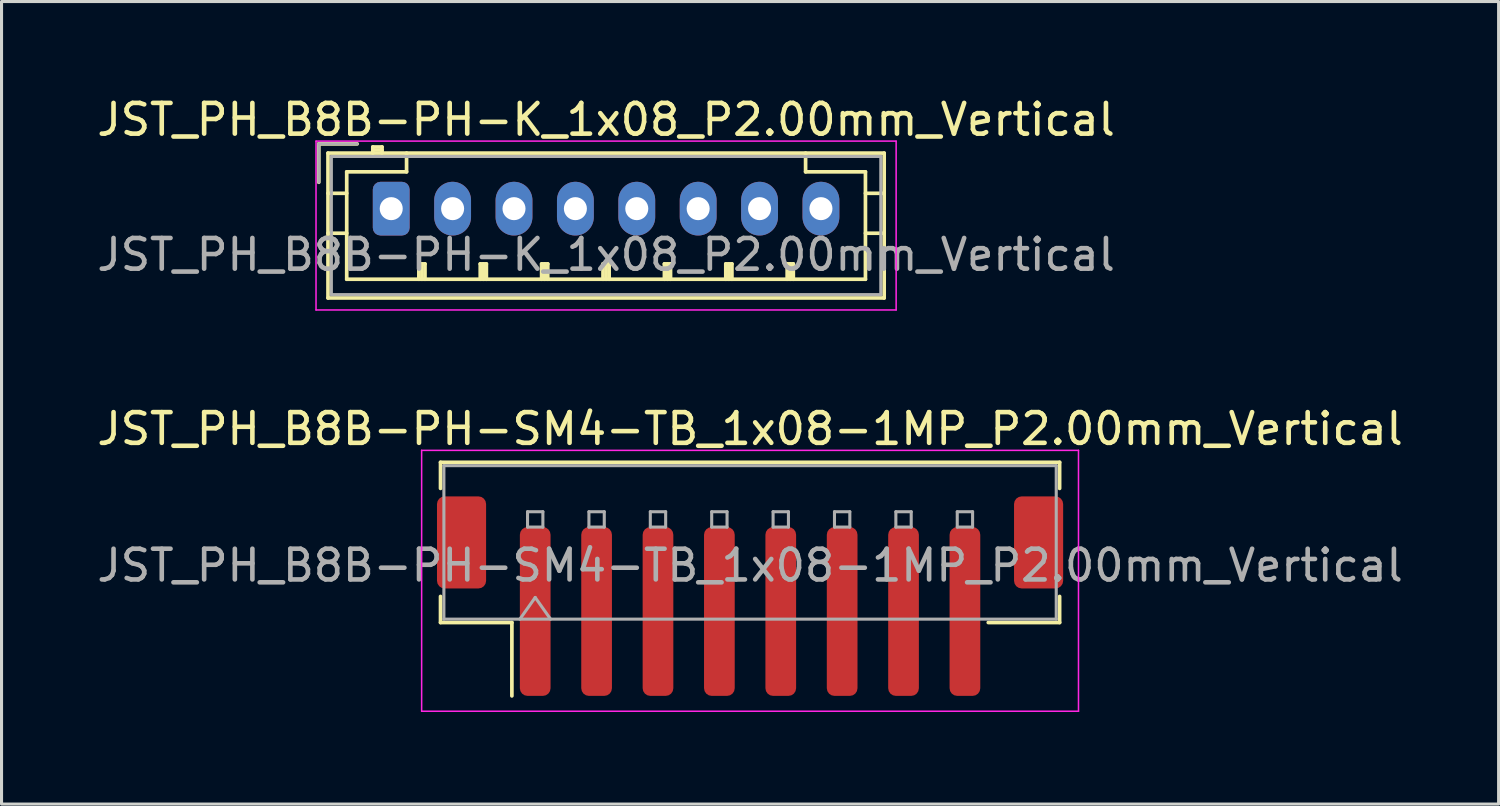
<source format=kicad_pcb>
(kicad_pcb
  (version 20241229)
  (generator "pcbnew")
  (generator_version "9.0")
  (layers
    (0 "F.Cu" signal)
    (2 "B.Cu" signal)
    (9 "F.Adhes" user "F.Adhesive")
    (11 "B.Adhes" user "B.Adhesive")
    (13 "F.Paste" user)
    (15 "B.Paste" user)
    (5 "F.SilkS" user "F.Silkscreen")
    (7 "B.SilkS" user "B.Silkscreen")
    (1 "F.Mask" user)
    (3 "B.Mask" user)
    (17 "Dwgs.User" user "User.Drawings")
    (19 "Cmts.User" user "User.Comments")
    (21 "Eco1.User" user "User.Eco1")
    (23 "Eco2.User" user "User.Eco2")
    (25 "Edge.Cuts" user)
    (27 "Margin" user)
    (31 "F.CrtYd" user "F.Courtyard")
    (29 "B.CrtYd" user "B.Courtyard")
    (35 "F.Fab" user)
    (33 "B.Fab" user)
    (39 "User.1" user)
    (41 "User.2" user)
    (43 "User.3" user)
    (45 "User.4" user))
  (footprint "JST_PH_B8B-PH-K_1x08_P2.00mm_Vertical"
    (layer "F.Cu")
    (at 9.696 3.748)
    (property "Reference" "JST_PH_B8B-PH-K_1x08_P2.00mm_Vertical" (at 7 -2.9 0) (layer "F.SilkS") (effects (font (size 1 1) (thickness 0.15))))
    (attr through_hole)
    (fp_line (start -2.36 -2.11) (end -2.36 -0.86) (stroke (width 0.12) (type solid)) (layer "F.SilkS"))
    (fp_line (start -2.06 -1.81) (end -2.06 2.91) (stroke (width 0.12) (type solid)) (layer "F.SilkS"))
    (fp_line (start -2.06 -0.5) (end -1.45 -0.5) (stroke (width 0.12) (type solid)) (layer "F.SilkS"))
    (fp_line (start -2.06 0.8) (end -1.45 0.8) (stroke (width 0.12) (type solid)) (layer "F.SilkS"))
    (fp_line (start -2.06 2.91) (end 16.06 2.91) (stroke (width 0.12) (type solid)) (layer "F.SilkS"))
    (fp_line (start -1.45 -1.2) (end -1.45 2.3) (stroke (width 0.12) (type solid)) (layer "F.SilkS"))
    (fp_line (start -1.45 2.3) (end 15.45 2.3) (stroke (width 0.12) (type solid)) (layer "F.SilkS"))
    (fp_line (start -1.11 -2.11) (end -2.36 -2.11) (stroke (width 0.12) (type solid)) (layer "F.SilkS"))
    (fp_line (start -0.6 -2.01) (end -0.6 -1.81) (stroke (width 0.12) (type solid)) (layer "F.SilkS"))
    (fp_line (start -0.3 -2.01) (end -0.6 -2.01) (stroke (width 0.12) (type solid)) (layer "F.SilkS"))
    (fp_line (start -0.3 -1.91) (end -0.6 -1.91) (stroke (width 0.12) (type solid)) (layer "F.SilkS"))
    (fp_line (start -0.3 -1.81) (end -0.3 -2.01) (stroke (width 0.12) (type solid)) (layer "F.SilkS"))
    (fp_line (start 0.5 -1.81) (end 0.5 -1.2) (stroke (width 0.12) (type solid)) (layer "F.SilkS"))
    (fp_line (start 0.5 -1.2) (end -1.45 -1.2) (stroke (width 0.12) (type solid)) (layer "F.SilkS"))
    (fp_line (start 0.9 1.8) (end 1.1 1.8) (stroke (width 0.12) (type solid)) (layer "F.SilkS"))
    (fp_line (start 0.9 2.3) (end 0.9 1.8) (stroke (width 0.12) (type solid)) (layer "F.SilkS"))
    (fp_line (start 1 2.3) (end 1 1.8) (stroke (width 0.12) (type solid)) (layer "F.SilkS"))
    (fp_line (start 1.1 1.8) (end 1.1 2.3) (stroke (width 0.12) (type solid)) (layer "F.SilkS"))
    (fp_line (start 2.9 1.8) (end 3.1 1.8) (stroke (width 0.12) (type solid)) (layer "F.SilkS"))
    (fp_line (start 2.9 2.3) (end 2.9 1.8) (stroke (width 0.12) (type solid)) (layer "F.SilkS"))
    (fp_line (start 3 2.3) (end 3 1.8) (stroke (width 0.12) (type solid)) (layer "F.SilkS"))
    (fp_line (start 3.1 1.8) (end 3.1 2.3) (stroke (width 0.12) (type solid)) (layer "F.SilkS"))
    (fp_line (start 4.9 1.8) (end 5.1 1.8) (stroke (width 0.12) (type solid)) (layer "F.SilkS"))
    (fp_line (start 4.9 2.3) (end 4.9 1.8) (stroke (width 0.12) (type solid)) (layer "F.SilkS"))
    (fp_line (start 5 2.3) (end 5 1.8) (stroke (width 0.12) (type solid)) (layer "F.SilkS"))
    (fp_line (start 5.1 1.8) (end 5.1 2.3) (stroke (width 0.12) (type solid)) (layer "F.SilkS"))
    (fp_line (start 6.9 1.8) (end 7.1 1.8) (stroke (width 0.12) (type solid)) (layer "F.SilkS"))
    (fp_line (start 6.9 2.3) (end 6.9 1.8) (stroke (width 0.12) (type solid)) (layer "F.SilkS"))
    (fp_line (start 7 2.3) (end 7 1.8) (stroke (width 0.12) (type solid)) (layer "F.SilkS"))
    (fp_line (start 7.1 1.8) (end 7.1 2.3) (stroke (width 0.12) (type solid)) (layer "F.SilkS"))
    (fp_line (start 8.9 1.8) (end 9.1 1.8) (stroke (width 0.12) (type solid)) (layer "F.SilkS"))
    (fp_line (start 8.9 2.3) (end 8.9 1.8) (stroke (width 0.12) (type solid)) (layer "F.SilkS"))
    (fp_line (start 9 2.3) (end 9 1.8) (stroke (width 0.12) (type solid)) (layer "F.SilkS"))
    (fp_line (start 9.1 1.8) (end 9.1 2.3) (stroke (width 0.12) (type solid)) (layer "F.SilkS"))
    (fp_line (start 10.9 1.8) (end 11.1 1.8) (stroke (width 0.12) (type solid)) (layer "F.SilkS"))
    (fp_line (start 10.9 2.3) (end 10.9 1.8) (stroke (width 0.12) (type solid)) (layer "F.SilkS"))
    (fp_line (start 11 2.3) (end 11 1.8) (stroke (width 0.12) (type solid)) (layer "F.SilkS"))
    (fp_line (start 11.1 1.8) (end 11.1 2.3) (stroke (width 0.12) (type solid)) (layer "F.SilkS"))
    (fp_line (start 12.9 1.8) (end 13.1 1.8) (stroke (width 0.12) (type solid)) (layer "F.SilkS"))
    (fp_line (start 12.9 2.3) (end 12.9 1.8) (stroke (width 0.12) (type solid)) (layer "F.SilkS"))
    (fp_line (start 13 2.3) (end 13 1.8) (stroke (width 0.12) (type solid)) (layer "F.SilkS"))
    (fp_line (start 13.1 1.8) (end 13.1 2.3) (stroke (width 0.12) (type solid)) (layer "F.SilkS"))
    (fp_line (start 13.5 -1.2) (end 13.5 -1.81) (stroke (width 0.12) (type solid)) (layer "F.SilkS"))
    (fp_line (start 15.45 -1.2) (end 13.5 -1.2) (stroke (width 0.12) (type solid)) (layer "F.SilkS"))
    (fp_line (start 15.45 2.3) (end 15.45 -1.2) (stroke (width 0.12) (type solid)) (layer "F.SilkS"))
    (fp_line (start 16.06 -1.81) (end -2.06 -1.81) (stroke (width 0.12) (type solid)) (layer "F.SilkS"))
    (fp_line (start 16.06 -0.5) (end 15.45 -0.5) (stroke (width 0.12) (type solid)) (layer "F.SilkS"))
    (fp_line (start 16.06 0.8) (end 15.45 0.8) (stroke (width 0.12) (type solid)) (layer "F.SilkS"))
    (fp_line (start 16.06 2.91) (end 16.06 -1.81) (stroke (width 0.12) (type solid)) (layer "F.SilkS"))
    (fp_line (start -2.45 -2.2) (end -2.45 3.3) (stroke (width 0.05) (type solid)) (layer "F.CrtYd"))
    (fp_line (start -2.45 3.3) (end 16.45 3.3) (stroke (width 0.05) (type solid)) (layer "F.CrtYd"))
    (fp_line (start 16.45 -2.2) (end -2.45 -2.2) (stroke (width 0.05) (type solid)) (layer "F.CrtYd"))
    (fp_line (start 16.45 3.3) (end 16.45 -2.2) (stroke (width 0.05) (type solid)) (layer "F.CrtYd"))
    (fp_line (start -2.36 -2.11) (end -2.36 -0.86) (stroke (width 0.1) (type solid)) (layer "F.Fab"))
    (fp_line (start -1.95 -1.7) (end -1.95 2.8) (stroke (width 0.1) (type solid)) (layer "F.Fab"))
    (fp_line (start -1.95 2.8) (end 15.95 2.8) (stroke (width 0.1) (type solid)) (layer "F.Fab"))
    (fp_line (start -1.11 -2.11) (end -2.36 -2.11) (stroke (width 0.1) (type solid)) (layer "F.Fab"))
    (fp_line (start 15.95 -1.7) (end -1.95 -1.7) (stroke (width 0.1) (type solid)) (layer "F.Fab"))
    (fp_line (start 15.95 2.8) (end 15.95 -1.7) (stroke (width 0.1) (type solid)) (layer "F.Fab"))
    (fp_text user "${REFERENCE}" (at 7 1.5 0) (layer "F.Fab") (effects (font (size 1 1) (thickness 0.15))))
    (pad "1" thru_hole roundrect (at 0 0) (size 1.2 1.75) (drill 0.75) (layers "*.Cu" "*.Mask") (roundrect_rratio 0.208))
    (pad "2" thru_hole oval (at 2 0) (size 1.2 1.75) (drill 0.75) (layers "*.Cu" "*.Mask"))
    (pad "3" thru_hole oval (at 4 0) (size 1.2 1.75) (drill 0.75) (layers "*.Cu" "*.Mask"))
    (pad "4" thru_hole oval (at 6 0) (size 1.2 1.75) (drill 0.75) (layers "*.Cu" "*.Mask"))
    (pad "5" thru_hole oval (at 8 0) (size 1.2 1.75) (drill 0.75) (layers "*.Cu" "*.Mask"))
    (pad "6" thru_hole oval (at 10 0) (size 1.2 1.75) (drill 0.75) (layers "*.Cu" "*.Mask"))
    (pad "7" thru_hole oval (at 12 0) (size 1.2 1.75) (drill 0.75) (layers "*.Cu" "*.Mask"))
    (pad "8" thru_hole oval (at 14 0) (size 1.2 1.75) (drill 0.75) (layers "*.Cu" "*.Mask")))
  (footprint "JST_PH_B8B-PH-SM4-TB_1x08-1MP_P2.00mm_Vertical"
    (layer "F.Cu")
    (at 21.387 16.372)
    (property "Reference" "JST_PH_B8B-PH-SM4-TB_1x08-1MP_P2.00mm_Vertical" (at 0 -5.45 0) (layer "F.SilkS") (effects (font (size 1 1) (thickness 0.15))))
    (attr smd)
    (fp_line (start -10.085 -4.36) (end 10.085 -4.36) (stroke (width 0.12) (type solid)) (layer "F.SilkS"))
    (fp_line (start -10.085 -3.51) (end -10.085 -4.36) (stroke (width 0.12) (type solid)) (layer "F.SilkS"))
    (fp_line (start -10.085 0.01) (end -10.085 0.86) (stroke (width 0.12) (type solid)) (layer "F.SilkS"))
    (fp_line (start -10.085 0.86) (end -7.76 0.86) (stroke (width 0.12) (type solid)) (layer "F.SilkS"))
    (fp_line (start -7.76 0.86) (end -7.76 3.25) (stroke (width 0.12) (type solid)) (layer "F.SilkS"))
    (fp_line (start 10.085 -4.36) (end 10.085 -3.51) (stroke (width 0.12) (type solid)) (layer "F.SilkS"))
    (fp_line (start 10.085 0.01) (end 10.085 0.86) (stroke (width 0.12) (type solid)) (layer "F.SilkS"))
    (fp_line (start 10.085 0.86) (end 7.76 0.86) (stroke (width 0.12) (type solid)) (layer "F.SilkS"))
    (fp_line (start -10.7 -4.75) (end -10.7 3.75) (stroke (width 0.05) (type solid)) (layer "F.CrtYd"))
    (fp_line (start -10.7 3.75) (end 10.7 3.75) (stroke (width 0.05) (type solid)) (layer "F.CrtYd"))
    (fp_line (start 10.7 -4.75) (end -10.7 -4.75) (stroke (width 0.05) (type solid)) (layer "F.CrtYd"))
    (fp_line (start 10.7 3.75) (end 10.7 -4.75) (stroke (width 0.05) (type solid)) (layer "F.CrtYd"))
    (fp_line (start -9.975 -4.25) (end 9.975 -4.25) (stroke (width 0.1) (type solid)) (layer "F.Fab"))
    (fp_line (start -9.975 0.75) (end -9.975 -4.25) (stroke (width 0.1) (type solid)) (layer "F.Fab"))
    (fp_line (start -9.975 0.75) (end 9.975 0.75) (stroke (width 0.1) (type solid)) (layer "F.Fab"))
    (fp_line (start -7.5 0.75) (end -7 0.043) (stroke (width 0.1) (type solid)) (layer "F.Fab"))
    (fp_line (start -7.25 -2.75) (end -7.25 -2.25) (stroke (width 0.1) (type solid)) (layer "F.Fab"))
    (fp_line (start -7.25 -2.25) (end -6.75 -2.25) (stroke (width 0.1) (type solid)) (layer "F.Fab"))
    (fp_line (start -7 0.043) (end -6.5 0.75) (stroke (width 0.1) (type solid)) (layer "F.Fab"))
    (fp_line (start -6.75 -2.75) (end -7.25 -2.75) (stroke (width 0.1) (type solid)) (layer "F.Fab"))
    (fp_line (start -6.75 -2.25) (end -6.75 -2.75) (stroke (width 0.1) (type solid)) (layer "F.Fab"))
    (fp_line (start -5.25 -2.75) (end -5.25 -2.25) (stroke (width 0.1) (type solid)) (layer "F.Fab"))
    (fp_line (start -5.25 -2.25) (end -4.75 -2.25) (stroke (width 0.1) (type solid)) (layer "F.Fab"))
    (fp_line (start -4.75 -2.75) (end -5.25 -2.75) (stroke (width 0.1) (type solid)) (layer "F.Fab"))
    (fp_line (start -4.75 -2.25) (end -4.75 -2.75) (stroke (width 0.1) (type solid)) (layer "F.Fab"))
    (fp_line (start -3.25 -2.75) (end -3.25 -2.25) (stroke (width 0.1) (type solid)) (layer "F.Fab"))
    (fp_line (start -3.25 -2.25) (end -2.75 -2.25) (stroke (width 0.1) (type solid)) (layer "F.Fab"))
    (fp_line (start -2.75 -2.75) (end -3.25 -2.75) (stroke (width 0.1) (type solid)) (layer "F.Fab"))
    (fp_line (start -2.75 -2.25) (end -2.75 -2.75) (stroke (width 0.1) (type solid)) (layer "F.Fab"))
    (fp_line (start -1.25 -2.75) (end -1.25 -2.25) (stroke (width 0.1) (type solid)) (layer "F.Fab"))
    (fp_line (start -1.25 -2.25) (end -0.75 -2.25) (stroke (width 0.1) (type solid)) (layer "F.Fab"))
    (fp_line (start -0.75 -2.75) (end -1.25 -2.75) (stroke (width 0.1) (type solid)) (layer "F.Fab"))
    (fp_line (start -0.75 -2.25) (end -0.75 -2.75) (stroke (width 0.1) (type solid)) (layer "F.Fab"))
    (fp_line (start 0.75 -2.75) (end 0.75 -2.25) (stroke (width 0.1) (type solid)) (layer "F.Fab"))
    (fp_line (start 0.75 -2.25) (end 1.25 -2.25) (stroke (width 0.1) (type solid)) (layer "F.Fab"))
    (fp_line (start 1.25 -2.75) (end 0.75 -2.75) (stroke (width 0.1) (type solid)) (layer "F.Fab"))
    (fp_line (start 1.25 -2.25) (end 1.25 -2.75) (stroke (width 0.1) (type solid)) (layer "F.Fab"))
    (fp_line (start 2.75 -2.75) (end 2.75 -2.25) (stroke (width 0.1) (type solid)) (layer "F.Fab"))
    (fp_line (start 2.75 -2.25) (end 3.25 -2.25) (stroke (width 0.1) (type solid)) (layer "F.Fab"))
    (fp_line (start 3.25 -2.75) (end 2.75 -2.75) (stroke (width 0.1) (type solid)) (layer "F.Fab"))
    (fp_line (start 3.25 -2.25) (end 3.25 -2.75) (stroke (width 0.1) (type solid)) (layer "F.Fab"))
    (fp_line (start 4.75 -2.75) (end 4.75 -2.25) (stroke (width 0.1) (type solid)) (layer "F.Fab"))
    (fp_line (start 4.75 -2.25) (end 5.25 -2.25) (stroke (width 0.1) (type solid)) (layer "F.Fab"))
    (fp_line (start 5.25 -2.75) (end 4.75 -2.75) (stroke (width 0.1) (type solid)) (layer "F.Fab"))
    (fp_line (start 5.25 -2.25) (end 5.25 -2.75) (stroke (width 0.1) (type solid)) (layer "F.Fab"))
    (fp_line (start 6.75 -2.75) (end 6.75 -2.25) (stroke (width 0.1) (type solid)) (layer "F.Fab"))
    (fp_line (start 6.75 -2.25) (end 7.25 -2.25) (stroke (width 0.1) (type solid)) (layer "F.Fab"))
    (fp_line (start 7.25 -2.75) (end 6.75 -2.75) (stroke (width 0.1) (type solid)) (layer "F.Fab"))
    (fp_line (start 7.25 -2.25) (end 7.25 -2.75) (stroke (width 0.1) (type solid)) (layer "F.Fab"))
    (fp_line (start 9.975 0.75) (end 9.975 -4.25) (stroke (width 0.1) (type solid)) (layer "F.Fab"))
    (fp_text user "${REFERENCE}" (at 0 -1 0) (layer "F.Fab") (effects (font (size 1 1) (thickness 0.15))))
    (pad "1" smd roundrect (at -7 0.5) (size 1 5.5) (layers "F.Cu" "F.Mask" "F.Paste") (roundrect_rratio 0.25))
    (pad "2" smd roundrect (at -5 0.5) (size 1 5.5) (layers "F.Cu" "F.Mask" "F.Paste") (roundrect_rratio 0.25))
    (pad "3" smd roundrect (at -3 0.5) (size 1 5.5) (layers "F.Cu" "F.Mask" "F.Paste") (roundrect_rratio 0.25))
    (pad "4" smd roundrect (at -1 0.5) (size 1 5.5) (layers "F.Cu" "F.Mask" "F.Paste") (roundrect_rratio 0.25))
    (pad "5" smd roundrect (at 1 0.5) (size 1 5.5) (layers "F.Cu" "F.Mask" "F.Paste") (roundrect_rratio 0.25))
    (pad "6" smd roundrect (at 3 0.5) (size 1 5.5) (layers "F.Cu" "F.Mask" "F.Paste") (roundrect_rratio 0.25))
    (pad "7" smd roundrect (at 5 0.5) (size 1 5.5) (layers "F.Cu" "F.Mask" "F.Paste") (roundrect_rratio 0.25))
    (pad "8" smd roundrect (at 7 0.5) (size 1 5.5) (layers "F.Cu" "F.Mask" "F.Paste") (roundrect_rratio 0.25))
    (pad "MP" smd roundrect (at -9.4 -1.75) (size 1.6 3) (layers "F.Cu" "F.Mask" "F.Paste") (roundrect_rratio 0.156))
    (pad "MP" smd roundrect (at 9.4 -1.75) (size 1.6 3) (layers "F.Cu" "F.Mask" "F.Paste") (roundrect_rratio 0.156)))
  (gr_rect
    (start -3 -3)
    (end 45.774 23.146)
    (stroke (width 0.1) (type default))
    (fill no)
    (layer "Edge.Cuts")))
</source>
